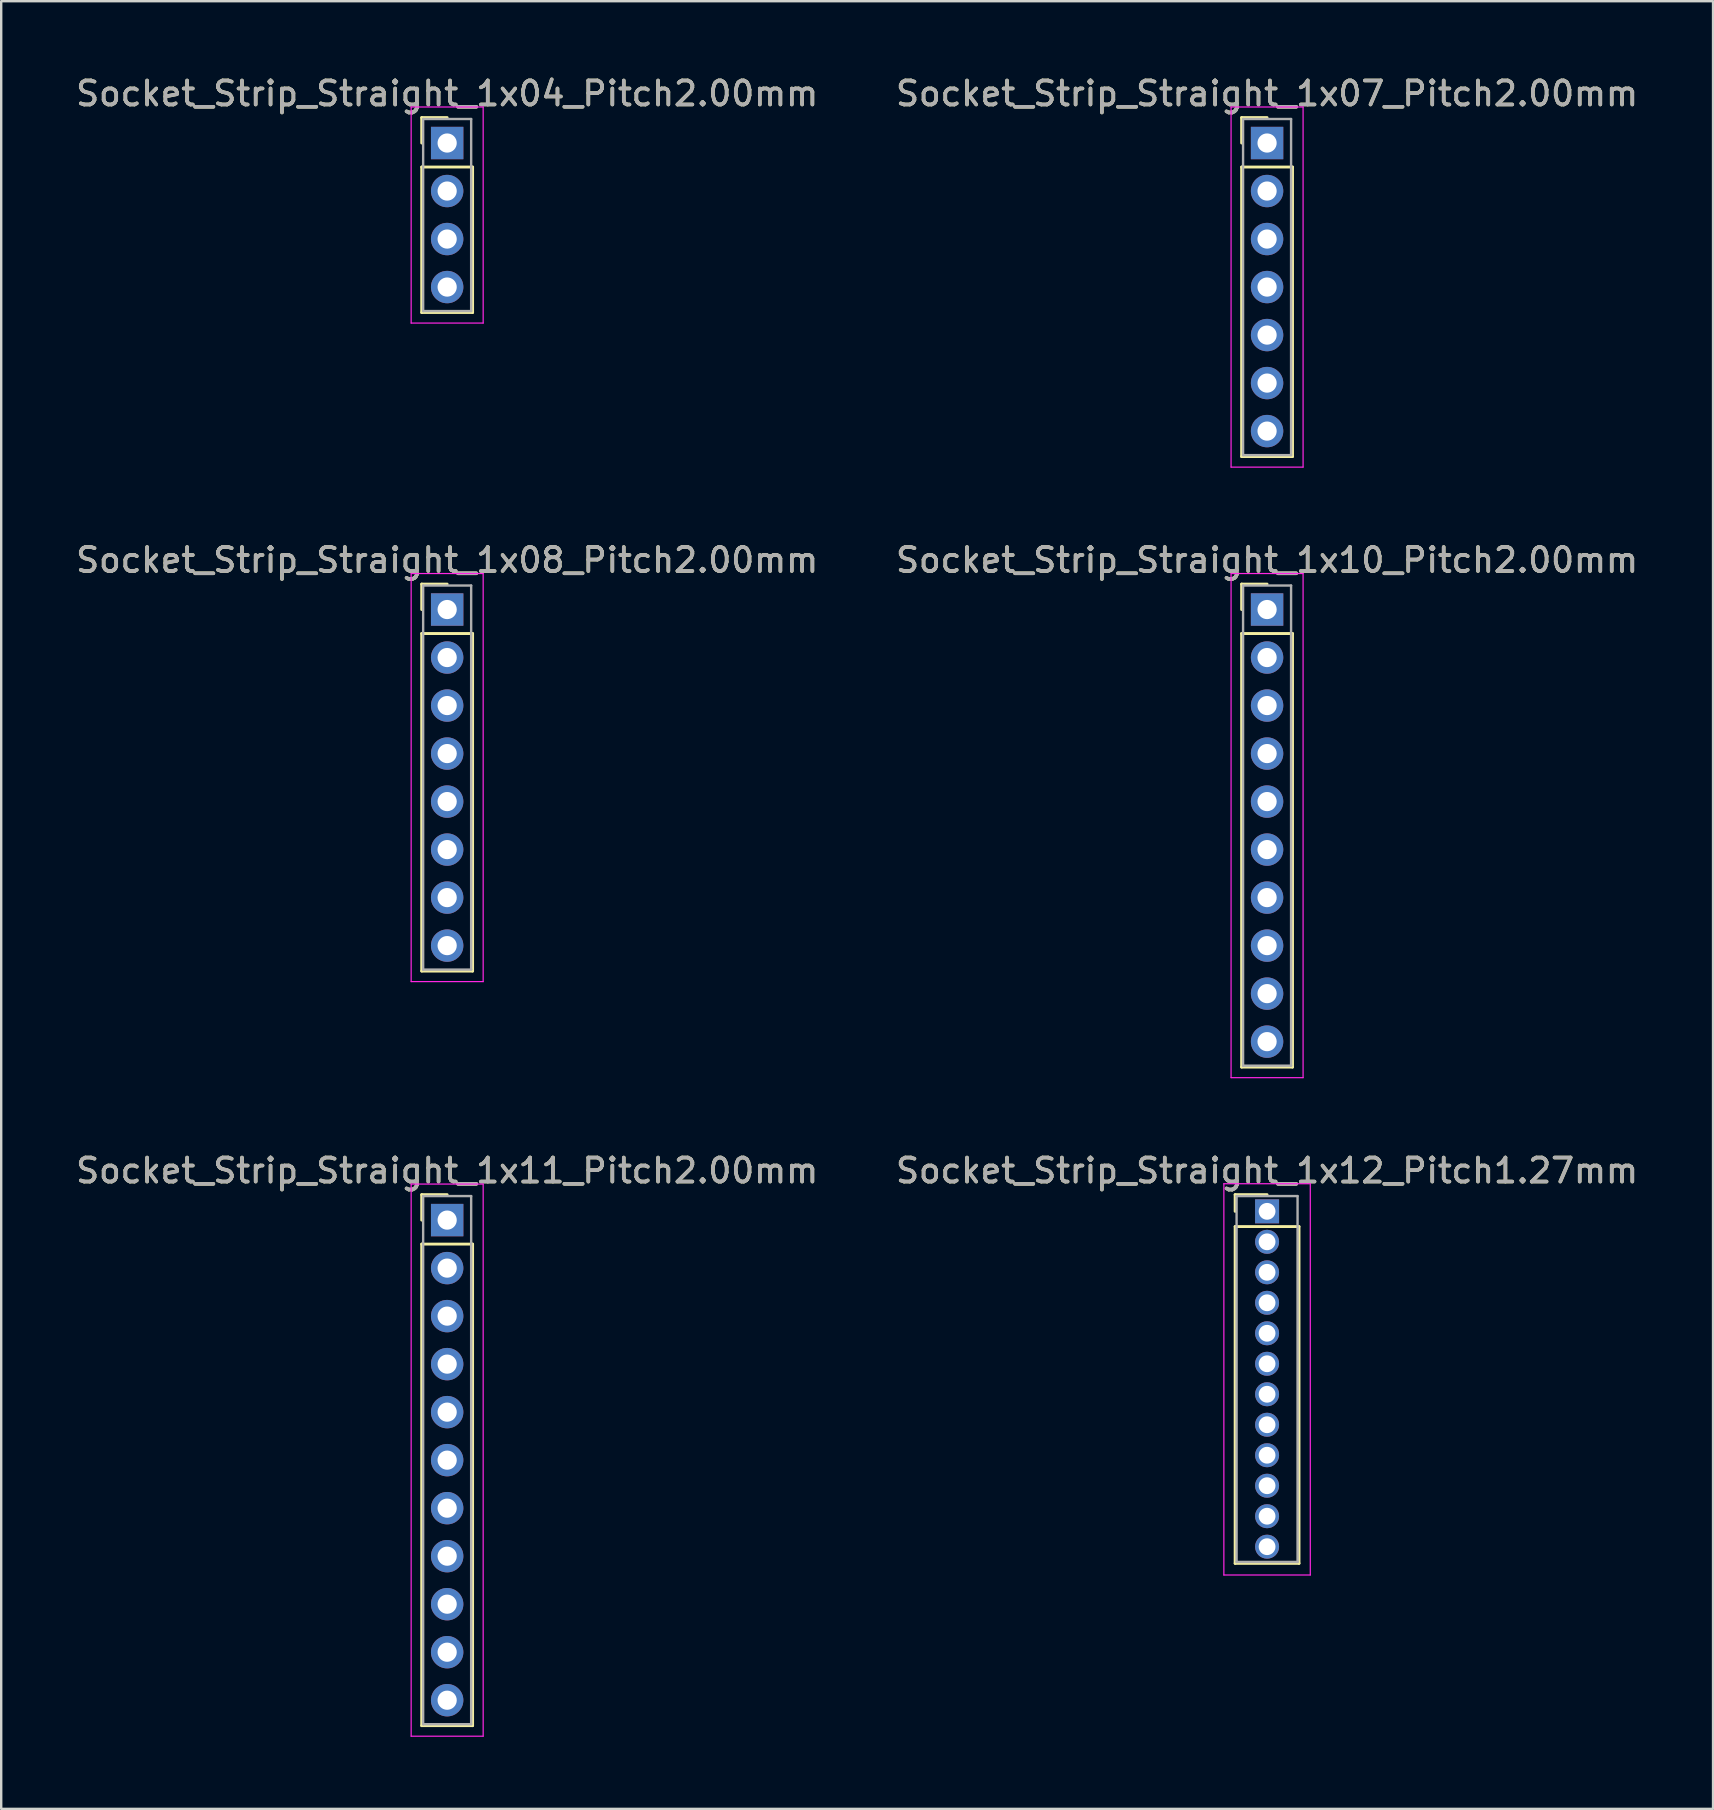
<source format=kicad_pcb>
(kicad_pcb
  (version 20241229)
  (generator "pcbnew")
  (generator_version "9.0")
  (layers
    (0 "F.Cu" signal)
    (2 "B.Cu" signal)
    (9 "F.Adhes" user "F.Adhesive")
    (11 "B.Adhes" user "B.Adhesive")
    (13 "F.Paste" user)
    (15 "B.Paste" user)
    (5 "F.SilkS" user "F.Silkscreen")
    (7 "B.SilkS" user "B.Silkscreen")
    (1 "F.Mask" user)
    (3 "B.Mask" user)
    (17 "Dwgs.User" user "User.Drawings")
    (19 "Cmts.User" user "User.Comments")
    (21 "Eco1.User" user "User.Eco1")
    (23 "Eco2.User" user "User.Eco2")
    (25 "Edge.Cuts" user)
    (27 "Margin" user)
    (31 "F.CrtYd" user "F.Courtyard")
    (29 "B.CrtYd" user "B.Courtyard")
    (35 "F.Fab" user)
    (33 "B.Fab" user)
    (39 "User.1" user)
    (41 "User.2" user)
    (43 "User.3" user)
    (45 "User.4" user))
  (footprint "Socket_Strip_Straight_1x07_Pitch2.00mm"
    (layer "F.Cu")
    (at 49.732 2.908)
    (property "Reference" "Socket_Strip_Straight_1x07_Pitch2.00mm" (at 0 -2.06 0) (layer "F.SilkS") (effects (font (size 1 1) (thickness 0.15))))
    (attr through_hole)
    (fp_line (start -1.06 -1.06) (end 0 -1.06) (stroke (width 0.12) (type solid)) (layer "F.SilkS"))
    (fp_line (start -1.06 0) (end -1.06 -1.06) (stroke (width 0.12) (type solid)) (layer "F.SilkS"))
    (fp_line (start -1.06 1) (end -1.06 13.06) (stroke (width 0.12) (type solid)) (layer "F.SilkS"))
    (fp_line (start -1.06 13.06) (end 1.06 13.06) (stroke (width 0.12) (type solid)) (layer "F.SilkS"))
    (fp_line (start 1.06 1) (end -1.06 1) (stroke (width 0.12) (type solid)) (layer "F.SilkS"))
    (fp_line (start 1.06 13.06) (end 1.06 1) (stroke (width 0.12) (type solid)) (layer "F.SilkS"))
    (fp_line (start -1.5 -1.5) (end -1.5 13.5) (stroke (width 0.05) (type solid)) (layer "F.CrtYd"))
    (fp_line (start -1.5 13.5) (end 1.5 13.5) (stroke (width 0.05) (type solid)) (layer "F.CrtYd"))
    (fp_line (start 1.5 -1.5) (end -1.5 -1.5) (stroke (width 0.05) (type solid)) (layer "F.CrtYd"))
    (fp_line (start 1.5 13.5) (end 1.5 -1.5) (stroke (width 0.05) (type solid)) (layer "F.CrtYd"))
    (fp_line (start -1 -1) (end -1 13) (stroke (width 0.1) (type solid)) (layer "F.Fab"))
    (fp_line (start -1 13) (end 1 13) (stroke (width 0.1) (type solid)) (layer "F.Fab"))
    (fp_line (start 1 -1) (end -1 -1) (stroke (width 0.1) (type solid)) (layer "F.Fab"))
    (fp_line (start 1 13) (end 1 -1) (stroke (width 0.1) (type solid)) (layer "F.Fab"))
    (fp_text user "${REFERENCE}" (at 0 -2.06 0) (layer "F.Fab") (effects (font (size 1 1) (thickness 0.15))))
    (pad "1" thru_hole rect (at 0 0) (size 1.35 1.35) (drill 0.8) (layers "*.Cu" "*.Mask"))
    (pad "2" thru_hole oval (at 0 2) (size 1.35 1.35) (drill 0.8) (layers "*.Cu" "*.Mask"))
    (pad "3" thru_hole oval (at 0 4) (size 1.35 1.35) (drill 0.8) (layers "*.Cu" "*.Mask"))
    (pad "4" thru_hole oval (at 0 6) (size 1.35 1.35) (drill 0.8) (layers "*.Cu" "*.Mask"))
    (pad "5" thru_hole oval (at 0 8) (size 1.35 1.35) (drill 0.8) (layers "*.Cu" "*.Mask"))
    (pad "6" thru_hole oval (at 0 10) (size 1.35 1.35) (drill 0.8) (layers "*.Cu" "*.Mask"))
    (pad "7" thru_hole oval (at 0 12) (size 1.35 1.35) (drill 0.8) (layers "*.Cu" "*.Mask")))
  (footprint "Socket_Strip_Straight_1x04_Pitch2.00mm"
    (layer "F.Cu")
    (at 15.577 2.908)
    (property "Reference" "Socket_Strip_Straight_1x04_Pitch2.00mm" (at 0 -2.06 0) (layer "F.SilkS") (effects (font (size 1 1) (thickness 0.15))))
    (attr through_hole)
    (fp_line (start -1.06 -1.06) (end 0 -1.06) (stroke (width 0.12) (type solid)) (layer "F.SilkS"))
    (fp_line (start -1.06 0) (end -1.06 -1.06) (stroke (width 0.12) (type solid)) (layer "F.SilkS"))
    (fp_line (start -1.06 1) (end -1.06 7.06) (stroke (width 0.12) (type solid)) (layer "F.SilkS"))
    (fp_line (start -1.06 7.06) (end 1.06 7.06) (stroke (width 0.12) (type solid)) (layer "F.SilkS"))
    (fp_line (start 1.06 1) (end -1.06 1) (stroke (width 0.12) (type solid)) (layer "F.SilkS"))
    (fp_line (start 1.06 7.06) (end 1.06 1) (stroke (width 0.12) (type solid)) (layer "F.SilkS"))
    (fp_line (start -1.5 -1.5) (end -1.5 7.5) (stroke (width 0.05) (type solid)) (layer "F.CrtYd"))
    (fp_line (start -1.5 7.5) (end 1.5 7.5) (stroke (width 0.05) (type solid)) (layer "F.CrtYd"))
    (fp_line (start 1.5 -1.5) (end -1.5 -1.5) (stroke (width 0.05) (type solid)) (layer "F.CrtYd"))
    (fp_line (start 1.5 7.5) (end 1.5 -1.5) (stroke (width 0.05) (type solid)) (layer "F.CrtYd"))
    (fp_line (start -1 -1) (end -1 7) (stroke (width 0.1) (type solid)) (layer "F.Fab"))
    (fp_line (start -1 7) (end 1 7) (stroke (width 0.1) (type solid)) (layer "F.Fab"))
    (fp_line (start 1 -1) (end -1 -1) (stroke (width 0.1) (type solid)) (layer "F.Fab"))
    (fp_line (start 1 7) (end 1 -1) (stroke (width 0.1) (type solid)) (layer "F.Fab"))
    (fp_text user "${REFERENCE}" (at 0 -2.06 0) (layer "F.Fab") (effects (font (size 1 1) (thickness 0.15))))
    (pad "1" thru_hole rect (at 0 0) (size 1.35 1.35) (drill 0.8) (layers "*.Cu" "*.Mask"))
    (pad "2" thru_hole oval (at 0 2) (size 1.35 1.35) (drill 0.8) (layers "*.Cu" "*.Mask"))
    (pad "3" thru_hole oval (at 0 4) (size 1.35 1.35) (drill 0.8) (layers "*.Cu" "*.Mask"))
    (pad "4" thru_hole oval (at 0 6) (size 1.35 1.35) (drill 0.8) (layers "*.Cu" "*.Mask")))
  (footprint "Socket_Strip_Straight_1x10_Pitch2.00mm"
    (layer "F.Cu")
    (at 49.732 22.341)
    (property "Reference" "Socket_Strip_Straight_1x10_Pitch2.00mm" (at 0 -2.06 0) (layer "F.SilkS") (effects (font (size 1 1) (thickness 0.15))))
    (attr through_hole)
    (fp_line (start -1.06 -1.06) (end 0 -1.06) (stroke (width 0.12) (type solid)) (layer "F.SilkS"))
    (fp_line (start -1.06 0) (end -1.06 -1.06) (stroke (width 0.12) (type solid)) (layer "F.SilkS"))
    (fp_line (start -1.06 1) (end -1.06 19.06) (stroke (width 0.12) (type solid)) (layer "F.SilkS"))
    (fp_line (start -1.06 19.06) (end 1.06 19.06) (stroke (width 0.12) (type solid)) (layer "F.SilkS"))
    (fp_line (start 1.06 1) (end -1.06 1) (stroke (width 0.12) (type solid)) (layer "F.SilkS"))
    (fp_line (start 1.06 19.06) (end 1.06 1) (stroke (width 0.12) (type solid)) (layer "F.SilkS"))
    (fp_line (start -1.5 -1.5) (end -1.5 19.5) (stroke (width 0.05) (type solid)) (layer "F.CrtYd"))
    (fp_line (start -1.5 19.5) (end 1.5 19.5) (stroke (width 0.05) (type solid)) (layer "F.CrtYd"))
    (fp_line (start 1.5 -1.5) (end -1.5 -1.5) (stroke (width 0.05) (type solid)) (layer "F.CrtYd"))
    (fp_line (start 1.5 19.5) (end 1.5 -1.5) (stroke (width 0.05) (type solid)) (layer "F.CrtYd"))
    (fp_line (start -1 -1) (end -1 19) (stroke (width 0.1) (type solid)) (layer "F.Fab"))
    (fp_line (start -1 19) (end 1 19) (stroke (width 0.1) (type solid)) (layer "F.Fab"))
    (fp_line (start 1 -1) (end -1 -1) (stroke (width 0.1) (type solid)) (layer "F.Fab"))
    (fp_line (start 1 19) (end 1 -1) (stroke (width 0.1) (type solid)) (layer "F.Fab"))
    (fp_text user "${REFERENCE}" (at 0 -2.06 0) (layer "F.Fab") (effects (font (size 1 1) (thickness 0.15))))
    (pad "1" thru_hole rect (at 0 0) (size 1.35 1.35) (drill 0.8) (layers "*.Cu" "*.Mask"))
    (pad "2" thru_hole oval (at 0 2) (size 1.35 1.35) (drill 0.8) (layers "*.Cu" "*.Mask"))
    (pad "3" thru_hole oval (at 0 4) (size 1.35 1.35) (drill 0.8) (layers "*.Cu" "*.Mask"))
    (pad "4" thru_hole oval (at 0 6) (size 1.35 1.35) (drill 0.8) (layers "*.Cu" "*.Mask"))
    (pad "5" thru_hole oval (at 0 8) (size 1.35 1.35) (drill 0.8) (layers "*.Cu" "*.Mask"))
    (pad "6" thru_hole oval (at 0 10) (size 1.35 1.35) (drill 0.8) (layers "*.Cu" "*.Mask"))
    (pad "7" thru_hole oval (at 0 12) (size 1.35 1.35) (drill 0.8) (layers "*.Cu" "*.Mask"))
    (pad "8" thru_hole oval (at 0 14) (size 1.35 1.35) (drill 0.8) (layers "*.Cu" "*.Mask"))
    (pad "9" thru_hole oval (at 0 16) (size 1.35 1.35) (drill 0.8) (layers "*.Cu" "*.Mask"))
    (pad "10" thru_hole oval (at 0 18) (size 1.35 1.35) (drill 0.8) (layers "*.Cu" "*.Mask")))
  (footprint "Socket_Strip_Straight_1x11_Pitch2.00mm"
    (layer "F.Cu")
    (at 15.577 47.775)
    (property "Reference" "Socket_Strip_Straight_1x11_Pitch2.00mm" (at 0 -2.06 0) (layer "F.SilkS") (effects (font (size 1 1) (thickness 0.15))))
    (attr through_hole)
    (fp_line (start -1.06 -1.06) (end 0 -1.06) (stroke (width 0.12) (type solid)) (layer "F.SilkS"))
    (fp_line (start -1.06 0) (end -1.06 -1.06) (stroke (width 0.12) (type solid)) (layer "F.SilkS"))
    (fp_line (start -1.06 1) (end -1.06 21.06) (stroke (width 0.12) (type solid)) (layer "F.SilkS"))
    (fp_line (start -1.06 21.06) (end 1.06 21.06) (stroke (width 0.12) (type solid)) (layer "F.SilkS"))
    (fp_line (start 1.06 1) (end -1.06 1) (stroke (width 0.12) (type solid)) (layer "F.SilkS"))
    (fp_line (start 1.06 21.06) (end 1.06 1) (stroke (width 0.12) (type solid)) (layer "F.SilkS"))
    (fp_line (start -1.5 -1.5) (end -1.5 21.5) (stroke (width 0.05) (type solid)) (layer "F.CrtYd"))
    (fp_line (start -1.5 21.5) (end 1.5 21.5) (stroke (width 0.05) (type solid)) (layer "F.CrtYd"))
    (fp_line (start 1.5 -1.5) (end -1.5 -1.5) (stroke (width 0.05) (type solid)) (layer "F.CrtYd"))
    (fp_line (start 1.5 21.5) (end 1.5 -1.5) (stroke (width 0.05) (type solid)) (layer "F.CrtYd"))
    (fp_line (start -1 -1) (end -1 21) (stroke (width 0.1) (type solid)) (layer "F.Fab"))
    (fp_line (start -1 21) (end 1 21) (stroke (width 0.1) (type solid)) (layer "F.Fab"))
    (fp_line (start 1 -1) (end -1 -1) (stroke (width 0.1) (type solid)) (layer "F.Fab"))
    (fp_line (start 1 21) (end 1 -1) (stroke (width 0.1) (type solid)) (layer "F.Fab"))
    (fp_text user "${REFERENCE}" (at 0 -2.06 0) (layer "F.Fab") (effects (font (size 1 1) (thickness 0.15))))
    (pad "1" thru_hole rect (at 0 0) (size 1.35 1.35) (drill 0.8) (layers "*.Cu" "*.Mask"))
    (pad "2" thru_hole oval (at 0 2) (size 1.35 1.35) (drill 0.8) (layers "*.Cu" "*.Mask"))
    (pad "3" thru_hole oval (at 0 4) (size 1.35 1.35) (drill 0.8) (layers "*.Cu" "*.Mask"))
    (pad "4" thru_hole oval (at 0 6) (size 1.35 1.35) (drill 0.8) (layers "*.Cu" "*.Mask"))
    (pad "5" thru_hole oval (at 0 8) (size 1.35 1.35) (drill 0.8) (layers "*.Cu" "*.Mask"))
    (pad "6" thru_hole oval (at 0 10) (size 1.35 1.35) (drill 0.8) (layers "*.Cu" "*.Mask"))
    (pad "7" thru_hole oval (at 0 12) (size 1.35 1.35) (drill 0.8) (layers "*.Cu" "*.Mask"))
    (pad "8" thru_hole oval (at 0 14) (size 1.35 1.35) (drill 0.8) (layers "*.Cu" "*.Mask"))
    (pad "9" thru_hole oval (at 0 16) (size 1.35 1.35) (drill 0.8) (layers "*.Cu" "*.Mask"))
    (pad "10" thru_hole oval (at 0 18) (size 1.35 1.35) (drill 0.8) (layers "*.Cu" "*.Mask"))
    (pad "11" thru_hole oval (at 0 20) (size 1.35 1.35) (drill 0.8) (layers "*.Cu" "*.Mask")))
  (footprint "Socket_Strip_Straight_1x12_Pitch1.27mm"
    (layer "F.Cu")
    (at 49.732 47.41)
    (property "Reference" "Socket_Strip_Straight_1x12_Pitch1.27mm" (at 0 -1.695 0) (layer "F.SilkS") (effects (font (size 1 1) (thickness 0.15))))
    (attr through_hole)
    (fp_line (start -1.33 -0.695) (end 0 -0.695) (stroke (width 0.12) (type solid)) (layer "F.SilkS"))
    (fp_line (start -1.33 0) (end -1.33 -0.695) (stroke (width 0.12) (type solid)) (layer "F.SilkS"))
    (fp_line (start -1.33 0.635) (end -1.33 14.665) (stroke (width 0.12) (type solid)) (layer "F.SilkS"))
    (fp_line (start -1.33 14.665) (end 1.33 14.665) (stroke (width 0.12) (type solid)) (layer "F.SilkS"))
    (fp_line (start 1.33 0.635) (end -1.33 0.635) (stroke (width 0.12) (type solid)) (layer "F.SilkS"))
    (fp_line (start 1.33 14.665) (end 1.33 0.635) (stroke (width 0.12) (type solid)) (layer "F.SilkS"))
    (fp_line (start -1.8 -1.15) (end -1.8 15.15) (stroke (width 0.05) (type solid)) (layer "F.CrtYd"))
    (fp_line (start -1.8 15.15) (end 1.8 15.15) (stroke (width 0.05) (type solid)) (layer "F.CrtYd"))
    (fp_line (start 1.8 -1.15) (end -1.8 -1.15) (stroke (width 0.05) (type solid)) (layer "F.CrtYd"))
    (fp_line (start 1.8 15.15) (end 1.8 -1.15) (stroke (width 0.05) (type solid)) (layer "F.CrtYd"))
    (fp_line (start -1.27 -0.635) (end -1.27 14.605) (stroke (width 0.1) (type solid)) (layer "F.Fab"))
    (fp_line (start -1.27 14.605) (end 1.27 14.605) (stroke (width 0.1) (type solid)) (layer "F.Fab"))
    (fp_line (start 1.27 -0.635) (end -1.27 -0.635) (stroke (width 0.1) (type solid)) (layer "F.Fab"))
    (fp_line (start 1.27 14.605) (end 1.27 -0.635) (stroke (width 0.1) (type solid)) (layer "F.Fab"))
    (fp_text user "${REFERENCE}" (at 0 -1.695 0) (layer "F.Fab") (effects (font (size 1 1) (thickness 0.15))))
    (pad "1" thru_hole rect (at 0 0) (size 1 1) (drill 0.7) (layers "*.Cu" "*.Mask"))
    (pad "2" thru_hole oval (at 0 1.27) (size 1 1) (drill 0.7) (layers "*.Cu" "*.Mask"))
    (pad "3" thru_hole oval (at 0 2.54) (size 1 1) (drill 0.7) (layers "*.Cu" "*.Mask"))
    (pad "4" thru_hole oval (at 0 3.81) (size 1 1) (drill 0.7) (layers "*.Cu" "*.Mask"))
    (pad "5" thru_hole oval (at 0 5.08) (size 1 1) (drill 0.7) (layers "*.Cu" "*.Mask"))
    (pad "6" thru_hole oval (at 0 6.35) (size 1 1) (drill 0.7) (layers "*.Cu" "*.Mask"))
    (pad "7" thru_hole oval (at 0 7.62) (size 1 1) (drill 0.7) (layers "*.Cu" "*.Mask"))
    (pad "8" thru_hole oval (at 0 8.89) (size 1 1) (drill 0.7) (layers "*.Cu" "*.Mask"))
    (pad "9" thru_hole oval (at 0 10.16) (size 1 1) (drill 0.7) (layers "*.Cu" "*.Mask"))
    (pad "10" thru_hole oval (at 0 11.43) (size 1 1) (drill 0.7) (layers "*.Cu" "*.Mask"))
    (pad "11" thru_hole oval (at 0 12.7) (size 1 1) (drill 0.7) (layers "*.Cu" "*.Mask"))
    (pad "12" thru_hole oval (at 0 13.97) (size 1 1) (drill 0.7) (layers "*.Cu" "*.Mask")))
  (footprint "Socket_Strip_Straight_1x08_Pitch2.00mm"
    (layer "F.Cu")
    (at 15.577 22.341)
    (property "Reference" "Socket_Strip_Straight_1x08_Pitch2.00mm" (at 0 -2.06 0) (layer "F.SilkS") (effects (font (size 1 1) (thickness 0.15))))
    (attr through_hole)
    (fp_line (start -1.06 -1.06) (end 0 -1.06) (stroke (width 0.12) (type solid)) (layer "F.SilkS"))
    (fp_line (start -1.06 0) (end -1.06 -1.06) (stroke (width 0.12) (type solid)) (layer "F.SilkS"))
    (fp_line (start -1.06 1) (end -1.06 15.06) (stroke (width 0.12) (type solid)) (layer "F.SilkS"))
    (fp_line (start -1.06 15.06) (end 1.06 15.06) (stroke (width 0.12) (type solid)) (layer "F.SilkS"))
    (fp_line (start 1.06 1) (end -1.06 1) (stroke (width 0.12) (type solid)) (layer "F.SilkS"))
    (fp_line (start 1.06 15.06) (end 1.06 1) (stroke (width 0.12) (type solid)) (layer "F.SilkS"))
    (fp_line (start -1.5 -1.5) (end -1.5 15.5) (stroke (width 0.05) (type solid)) (layer "F.CrtYd"))
    (fp_line (start -1.5 15.5) (end 1.5 15.5) (stroke (width 0.05) (type solid)) (layer "F.CrtYd"))
    (fp_line (start 1.5 -1.5) (end -1.5 -1.5) (stroke (width 0.05) (type solid)) (layer "F.CrtYd"))
    (fp_line (start 1.5 15.5) (end 1.5 -1.5) (stroke (width 0.05) (type solid)) (layer "F.CrtYd"))
    (fp_line (start -1 -1) (end -1 15) (stroke (width 0.1) (type solid)) (layer "F.Fab"))
    (fp_line (start -1 15) (end 1 15) (stroke (width 0.1) (type solid)) (layer "F.Fab"))
    (fp_line (start 1 -1) (end -1 -1) (stroke (width 0.1) (type solid)) (layer "F.Fab"))
    (fp_line (start 1 15) (end 1 -1) (stroke (width 0.1) (type solid)) (layer "F.Fab"))
    (fp_text user "${REFERENCE}" (at 0 -2.06 0) (layer "F.Fab") (effects (font (size 1 1) (thickness 0.15))))
    (pad "1" thru_hole rect (at 0 0) (size 1.35 1.35) (drill 0.8) (layers "*.Cu" "*.Mask"))
    (pad "2" thru_hole oval (at 0 2) (size 1.35 1.35) (drill 0.8) (layers "*.Cu" "*.Mask"))
    (pad "3" thru_hole oval (at 0 4) (size 1.35 1.35) (drill 0.8) (layers "*.Cu" "*.Mask"))
    (pad "4" thru_hole oval (at 0 6) (size 1.35 1.35) (drill 0.8) (layers "*.Cu" "*.Mask"))
    (pad "5" thru_hole oval (at 0 8) (size 1.35 1.35) (drill 0.8) (layers "*.Cu" "*.Mask"))
    (pad "6" thru_hole oval (at 0 10) (size 1.35 1.35) (drill 0.8) (layers "*.Cu" "*.Mask"))
    (pad "7" thru_hole oval (at 0 12) (size 1.35 1.35) (drill 0.8) (layers "*.Cu" "*.Mask"))
    (pad "8" thru_hole oval (at 0 14) (size 1.35 1.35) (drill 0.8) (layers "*.Cu" "*.Mask")))
  (gr_rect
    (start -3 -3)
    (end 68.31 72.3)
    (stroke (width 0.1) (type default))
    (fill no)
    (layer "Edge.Cuts")))
</source>
